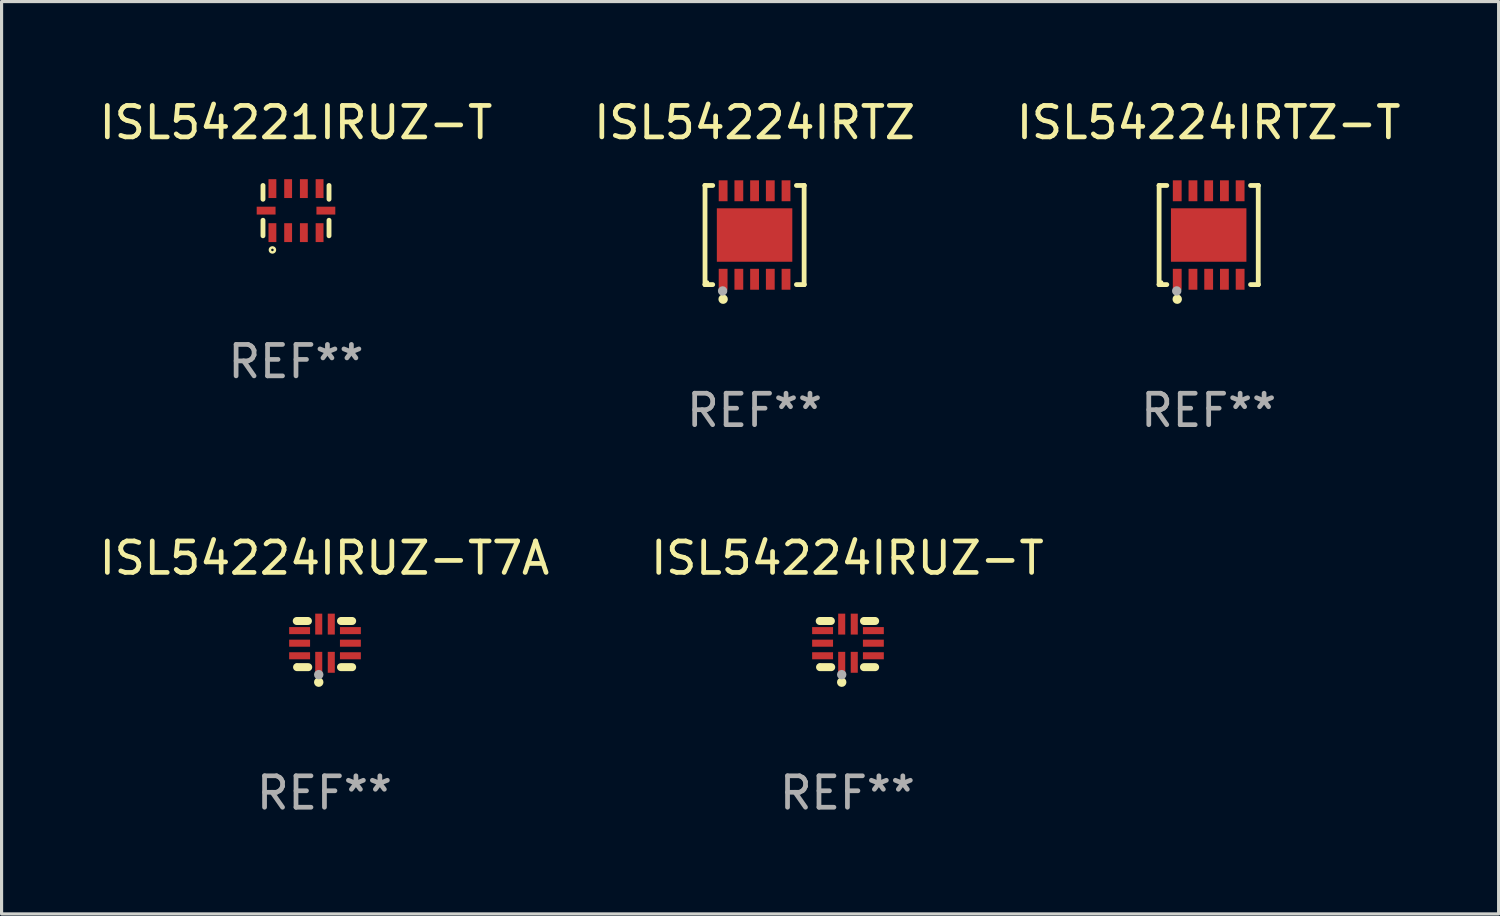
<source format=kicad_pcb>
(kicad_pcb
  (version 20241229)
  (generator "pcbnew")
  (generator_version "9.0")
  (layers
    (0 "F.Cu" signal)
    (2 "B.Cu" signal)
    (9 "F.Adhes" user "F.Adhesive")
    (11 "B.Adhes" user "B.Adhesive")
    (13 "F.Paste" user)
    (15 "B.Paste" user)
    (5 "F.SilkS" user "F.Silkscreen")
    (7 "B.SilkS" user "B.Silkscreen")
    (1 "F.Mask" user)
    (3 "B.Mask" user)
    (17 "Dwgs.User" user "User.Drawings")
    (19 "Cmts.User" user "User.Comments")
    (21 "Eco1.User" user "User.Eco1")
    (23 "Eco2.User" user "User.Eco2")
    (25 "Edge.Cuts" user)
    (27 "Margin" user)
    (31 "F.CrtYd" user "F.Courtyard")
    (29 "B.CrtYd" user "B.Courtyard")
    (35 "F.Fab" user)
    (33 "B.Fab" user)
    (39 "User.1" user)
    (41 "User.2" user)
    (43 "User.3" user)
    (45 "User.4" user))
  (footprint "ISL54224IRTZ"
    (layer "F.Cu")
    (at 20.946 4.424)
    (property "Reference" "ISL54224IRTZ" (at 0 -3.576 0) (layer "F.SilkS") (effects (font (size 1 1) (thickness 0.15))))
    (attr through_hole)
    (fp_line (start -1.576 -1.576) (end -1.576 -1.576) (stroke (width 0.152) (type solid)) (layer "F.SilkS"))
    (fp_line (start -1.576 -1.576) (end -1.331 -1.576) (stroke (width 0.152) (type solid)) (layer "F.SilkS"))
    (fp_line (start -1.576 1.576) (end -1.576 -1.576) (stroke (width 0.152) (type solid)) (layer "F.SilkS"))
    (fp_line (start -1.576 1.576) (end -1.576 1.576) (stroke (width 0.152) (type solid)) (layer "F.SilkS"))
    (fp_line (start -1.331 1.576) (end -1.576 1.576) (stroke (width 0.152) (type solid)) (layer "F.SilkS"))
    (fp_line (start 1.331 1.576) (end 1.576 1.576) (stroke (width 0.152) (type solid)) (layer "F.SilkS"))
    (fp_line (start 1.576 -1.576) (end 1.331 -1.576) (stroke (width 0.152) (type solid)) (layer "F.SilkS"))
    (fp_line (start 1.576 -1.576) (end 1.576 -1.576) (stroke (width 0.152) (type solid)) (layer "F.SilkS"))
    (fp_line (start 1.576 1.576) (end 1.576 -1.576) (stroke (width 0.152) (type solid)) (layer "F.SilkS"))
    (fp_line (start 1.576 1.576) (end 1.576 1.576) (stroke (width 0.152) (type solid)) (layer "F.SilkS"))
    (fp_circle (center -1.5 1.5) (end -1.47 1.5) (stroke (width 0.06) (type solid)) (fill no) (layer "F.SilkS"))
    (fp_circle (center -1 2.04) (end -0.925 2.04) (stroke (width 0.15) (type solid)) (fill no) (layer "F.SilkS"))
    (fp_circle (center -1.016 1.778) (end -0.941 1.778) (stroke (width 0.15) (type solid)) (fill no) (layer "F.Fab"))
    (fp_text user "REF**" (at 0 5.576 0) (layer "F.Fab") (effects (font (size 1 1) (thickness 0.15))))
    (pad "1" smd rect (at -1 1.407) (size 0.28 0.665) (layers "F.Cu" "F.Mask" "F.Paste"))
    (pad "2" smd rect (at -0.5 1.407) (size 0.28 0.665) (layers "F.Cu" "F.Mask" "F.Paste"))
    (pad "3" smd rect (at 0 1.407) (size 0.28 0.665) (layers "F.Cu" "F.Mask" "F.Paste"))
    (pad "4" smd rect (at 0.5 1.407) (size 0.28 0.665) (layers "F.Cu" "F.Mask" "F.Paste"))
    (pad "5" smd rect (at 1 1.407) (size 0.28 0.665) (layers "F.Cu" "F.Mask" "F.Paste"))
    (pad "6" smd rect (at 1 -1.407) (size 0.28 0.665) (layers "F.Cu" "F.Mask" "F.Paste"))
    (pad "7" smd rect (at 0.5 -1.407) (size 0.28 0.665) (layers "F.Cu" "F.Mask" "F.Paste"))
    (pad "8" smd rect (at 0 -1.407) (size 0.28 0.665) (layers "F.Cu" "F.Mask" "F.Paste"))
    (pad "9" smd rect (at -0.5 -1.407) (size 0.28 0.665) (layers "F.Cu" "F.Mask" "F.Paste"))
    (pad "10" smd rect (at -1 -1.407) (size 0.28 0.665) (layers "F.Cu" "F.Mask" "F.Paste"))
    (pad "11" smd rect (at 0 0) (size 2.4 1.7) (layers "F.Cu" "F.Mask" "F.Paste")))
  (footprint "ISL54224IRUZ-T"
    (layer "F.Cu")
    (at 23.899 17.432)
    (property "Reference" "ISL54224IRUZ-T" (at 0 -2.734 0) (layer "F.SilkS") (effects (font (size 1 1) (thickness 0.15))))
    (attr through_hole)
    (fp_line (start -0.881 -0.734) (end -0.526 -0.734) (stroke (width 0.254) (type solid)) (layer "F.SilkS"))
    (fp_line (start -0.871 0.734) (end -0.516 0.734) (stroke (width 0.254) (type solid)) (layer "F.SilkS"))
    (fp_line (start 0.526 -0.734) (end 0.881 -0.734) (stroke (width 0.254) (type solid)) (layer "F.SilkS"))
    (fp_line (start 0.526 0.734) (end 0.881 0.734) (stroke (width 0.254) (type solid)) (layer "F.SilkS"))
    (fp_circle (center -0.882 0.672) (end -0.852 0.672) (stroke (width 0.06) (type solid)) (fill no) (layer "F.SilkS"))
    (fp_circle (center -0.182 1.212) (end -0.107 1.212) (stroke (width 0.15) (type solid)) (fill no) (layer "F.SilkS"))
    (fp_circle (center -0.182 0.972) (end -0.107 0.972) (stroke (width 0.15) (type solid)) (fill no) (layer "F.Fab"))
    (fp_text user "REF**" (at 0 4.734 0) (layer "F.Fab") (effects (font (size 1 1) (thickness 0.15))))
    (pad "1" smd rect (at -0.182 0.58) (size 0.224 0.665) (layers "F.Cu" "F.Mask" "F.Paste"))
    (pad "2" smd rect (at 0.217 0.58) (size 0.224 0.665) (layers "F.Cu" "F.Mask" "F.Paste"))
    (pad "3" smd rect (at 0.825 0.372) (size 0.665 0.224) (layers "F.Cu" "F.Mask" "F.Paste"))
    (pad "4" smd rect (at 0.825 -0.028) (size 0.665 0.224) (layers "F.Cu" "F.Mask" "F.Paste"))
    (pad "5" smd rect (at 0.825 -0.428) (size 0.665 0.224) (layers "F.Cu" "F.Mask" "F.Paste"))
    (pad "6" smd rect (at 0.217 -0.635) (size 0.224 0.665) (layers "F.Cu" "F.Mask" "F.Paste"))
    (pad "7" smd rect (at -0.182 -0.635) (size 0.224 0.665) (layers "F.Cu" "F.Mask" "F.Paste"))
    (pad "8" smd rect (at -0.79 -0.428) (size 0.665 0.224) (layers "F.Cu" "F.Mask" "F.Paste"))
    (pad "9" smd rect (at -0.79 -0.028) (size 0.665 0.224) (layers "F.Cu" "F.Mask" "F.Paste"))
    (pad "10" smd rect (at -0.79 0.372) (size 0.665 0.224) (layers "F.Cu" "F.Mask" "F.Paste")))
  (footprint "ISL54224IRUZ-T7A"
    (layer "F.Cu")
    (at 7.268 17.432)
    (property "Reference" "ISL54224IRUZ-T7A" (at 0 -2.734 0) (layer "F.SilkS") (effects (font (size 1 1) (thickness 0.15))))
    (attr through_hole)
    (fp_line (start -0.881 -0.734) (end -0.526 -0.734) (stroke (width 0.254) (type solid)) (layer "F.SilkS"))
    (fp_line (start -0.871 0.734) (end -0.516 0.734) (stroke (width 0.254) (type solid)) (layer "F.SilkS"))
    (fp_line (start 0.526 -0.734) (end 0.881 -0.734) (stroke (width 0.254) (type solid)) (layer "F.SilkS"))
    (fp_line (start 0.526 0.734) (end 0.881 0.734) (stroke (width 0.254) (type solid)) (layer "F.SilkS"))
    (fp_circle (center -0.882 0.672) (end -0.852 0.672) (stroke (width 0.06) (type solid)) (fill no) (layer "F.SilkS"))
    (fp_circle (center -0.182 1.212) (end -0.107 1.212) (stroke (width 0.15) (type solid)) (fill no) (layer "F.SilkS"))
    (fp_circle (center -0.182 0.972) (end -0.107 0.972) (stroke (width 0.15) (type solid)) (fill no) (layer "F.Fab"))
    (fp_text user "REF**" (at 0 4.734 0) (layer "F.Fab") (effects (font (size 1 1) (thickness 0.15))))
    (pad "1" smd rect (at -0.182 0.58) (size 0.224 0.665) (layers "F.Cu" "F.Mask" "F.Paste"))
    (pad "2" smd rect (at 0.217 0.58) (size 0.224 0.665) (layers "F.Cu" "F.Mask" "F.Paste"))
    (pad "3" smd rect (at 0.825 0.372) (size 0.665 0.224) (layers "F.Cu" "F.Mask" "F.Paste"))
    (pad "4" smd rect (at 0.825 -0.028) (size 0.665 0.224) (layers "F.Cu" "F.Mask" "F.Paste"))
    (pad "5" smd rect (at 0.825 -0.428) (size 0.665 0.224) (layers "F.Cu" "F.Mask" "F.Paste"))
    (pad "6" smd rect (at 0.217 -0.635) (size 0.224 0.665) (layers "F.Cu" "F.Mask" "F.Paste"))
    (pad "7" smd rect (at -0.182 -0.635) (size 0.224 0.665) (layers "F.Cu" "F.Mask" "F.Paste"))
    (pad "8" smd rect (at -0.79 -0.428) (size 0.665 0.224) (layers "F.Cu" "F.Mask" "F.Paste"))
    (pad "9" smd rect (at -0.79 -0.028) (size 0.665 0.224) (layers "F.Cu" "F.Mask" "F.Paste"))
    (pad "10" smd rect (at -0.79 0.372) (size 0.665 0.224) (layers "F.Cu" "F.Mask" "F.Paste")))
  (footprint "ISL54224IRTZ-T"
    (layer "F.Cu")
    (at 35.387 4.424)
    (property "Reference" "ISL54224IRTZ-T" (at 0 -3.576 0) (layer "F.SilkS") (effects (font (size 1 1) (thickness 0.15))))
    (attr through_hole)
    (fp_line (start -1.576 -1.576) (end -1.576 -1.576) (stroke (width 0.152) (type solid)) (layer "F.SilkS"))
    (fp_line (start -1.576 -1.576) (end -1.331 -1.576) (stroke (width 0.152) (type solid)) (layer "F.SilkS"))
    (fp_line (start -1.576 1.576) (end -1.576 -1.576) (stroke (width 0.152) (type solid)) (layer "F.SilkS"))
    (fp_line (start -1.576 1.576) (end -1.576 1.576) (stroke (width 0.152) (type solid)) (layer "F.SilkS"))
    (fp_line (start -1.331 1.576) (end -1.576 1.576) (stroke (width 0.152) (type solid)) (layer "F.SilkS"))
    (fp_line (start 1.331 1.576) (end 1.576 1.576) (stroke (width 0.152) (type solid)) (layer "F.SilkS"))
    (fp_line (start 1.576 -1.576) (end 1.331 -1.576) (stroke (width 0.152) (type solid)) (layer "F.SilkS"))
    (fp_line (start 1.576 -1.576) (end 1.576 -1.576) (stroke (width 0.152) (type solid)) (layer "F.SilkS"))
    (fp_line (start 1.576 1.576) (end 1.576 -1.576) (stroke (width 0.152) (type solid)) (layer "F.SilkS"))
    (fp_line (start 1.576 1.576) (end 1.576 1.576) (stroke (width 0.152) (type solid)) (layer "F.SilkS"))
    (fp_circle (center -1.5 1.5) (end -1.47 1.5) (stroke (width 0.06) (type solid)) (fill no) (layer "F.SilkS"))
    (fp_circle (center -1 2.04) (end -0.925 2.04) (stroke (width 0.15) (type solid)) (fill no) (layer "F.SilkS"))
    (fp_circle (center -1.016 1.778) (end -0.941 1.778) (stroke (width 0.15) (type solid)) (fill no) (layer "F.Fab"))
    (fp_text user "REF**" (at 0 5.576 0) (layer "F.Fab") (effects (font (size 1 1) (thickness 0.15))))
    (pad "1" smd rect (at -1 1.407) (size 0.28 0.665) (layers "F.Cu" "F.Mask" "F.Paste"))
    (pad "2" smd rect (at -0.5 1.407) (size 0.28 0.665) (layers "F.Cu" "F.Mask" "F.Paste"))
    (pad "3" smd rect (at 0 1.407) (size 0.28 0.665) (layers "F.Cu" "F.Mask" "F.Paste"))
    (pad "4" smd rect (at 0.5 1.407) (size 0.28 0.665) (layers "F.Cu" "F.Mask" "F.Paste"))
    (pad "5" smd rect (at 1 1.407) (size 0.28 0.665) (layers "F.Cu" "F.Mask" "F.Paste"))
    (pad "6" smd rect (at 1 -1.407) (size 0.28 0.665) (layers "F.Cu" "F.Mask" "F.Paste"))
    (pad "7" smd rect (at 0.5 -1.407) (size 0.28 0.665) (layers "F.Cu" "F.Mask" "F.Paste"))
    (pad "8" smd rect (at 0 -1.407) (size 0.28 0.665) (layers "F.Cu" "F.Mask" "F.Paste"))
    (pad "9" smd rect (at -0.5 -1.407) (size 0.28 0.665) (layers "F.Cu" "F.Mask" "F.Paste"))
    (pad "10" smd rect (at -1 -1.407) (size 0.28 0.665) (layers "F.Cu" "F.Mask" "F.Paste"))
    (pad "11" smd rect (at 0 0) (size 2.4 1.7) (layers "F.Cu" "F.Mask" "F.Paste")))
  (footprint "ISL54221IRUZ-T"
    (layer "F.Cu")
    (at 6.363 3.648)
    (property "Reference" "ISL54221IRUZ-T" (at 0 -2.8 0) (layer "F.SilkS") (effects (font (size 1 1) (thickness 0.15))))
    (attr through_hole)
    (fp_line (start -1.05 -0.362) (end -1.05 -0.8) (stroke (width 0.154) (type solid)) (layer "F.SilkS"))
    (fp_line (start -1.05 0.306) (end -1.05 0.8) (stroke (width 0.154) (type solid)) (layer "F.SilkS"))
    (fp_line (start 1.05 -0.362) (end 1.05 -0.8) (stroke (width 0.154) (type solid)) (layer "F.SilkS"))
    (fp_line (start 1.05 0.306) (end 1.05 0.8) (stroke (width 0.154) (type solid)) (layer "F.SilkS"))
    (fp_circle (center -0.75 1.25) (end -0.67 1.25) (stroke (width 0.08) (type solid)) (fill no) (layer "F.SilkS"))
    (fp_text user "REF**" (at 0 4.8 0) (layer "F.Fab") (effects (font (size 1 1) (thickness 0.15))))
    (pad "1" smd rect (at -0.75 0.7) (size 0.25 0.6) (layers "F.Cu" "F.Mask" "F.Paste"))
    (pad "2" smd rect (at -0.25 0.7) (size 0.25 0.6) (layers "F.Cu" "F.Mask" "F.Paste"))
    (pad "3" smd rect (at 0.25 0.7) (size 0.25 0.6) (layers "F.Cu" "F.Mask" "F.Paste"))
    (pad "4" smd rect (at 0.75 0.7) (size 0.25 0.6) (layers "F.Cu" "F.Mask" "F.Paste"))
    (pad "5" smd rect (at 0.95 0 90) (size 0.25 0.6) (layers "F.Cu" "F.Mask" "F.Paste"))
    (pad "6" smd rect (at 0.75 -0.7 180) (size 0.25 0.6) (layers "F.Cu" "F.Mask" "F.Paste"))
    (pad "7" smd rect (at 0.25 -0.7 180) (size 0.25 0.6) (layers "F.Cu" "F.Mask" "F.Paste"))
    (pad "8" smd rect (at -0.25 -0.7 180) (size 0.25 0.6) (layers "F.Cu" "F.Mask" "F.Paste"))
    (pad "9" smd rect (at -0.75 -0.7 180) (size 0.25 0.6) (layers "F.Cu" "F.Mask" "F.Paste"))
    (pad "10" smd rect (at -0.95 0 270) (size 0.25 0.6) (layers "F.Cu" "F.Mask" "F.Paste")))
  (gr_rect
    (start -3 -3)
    (end 44.607 26.014)
    (stroke (width 0.1) (type default))
    (fill no)
    (layer "Edge.Cuts")))
</source>
